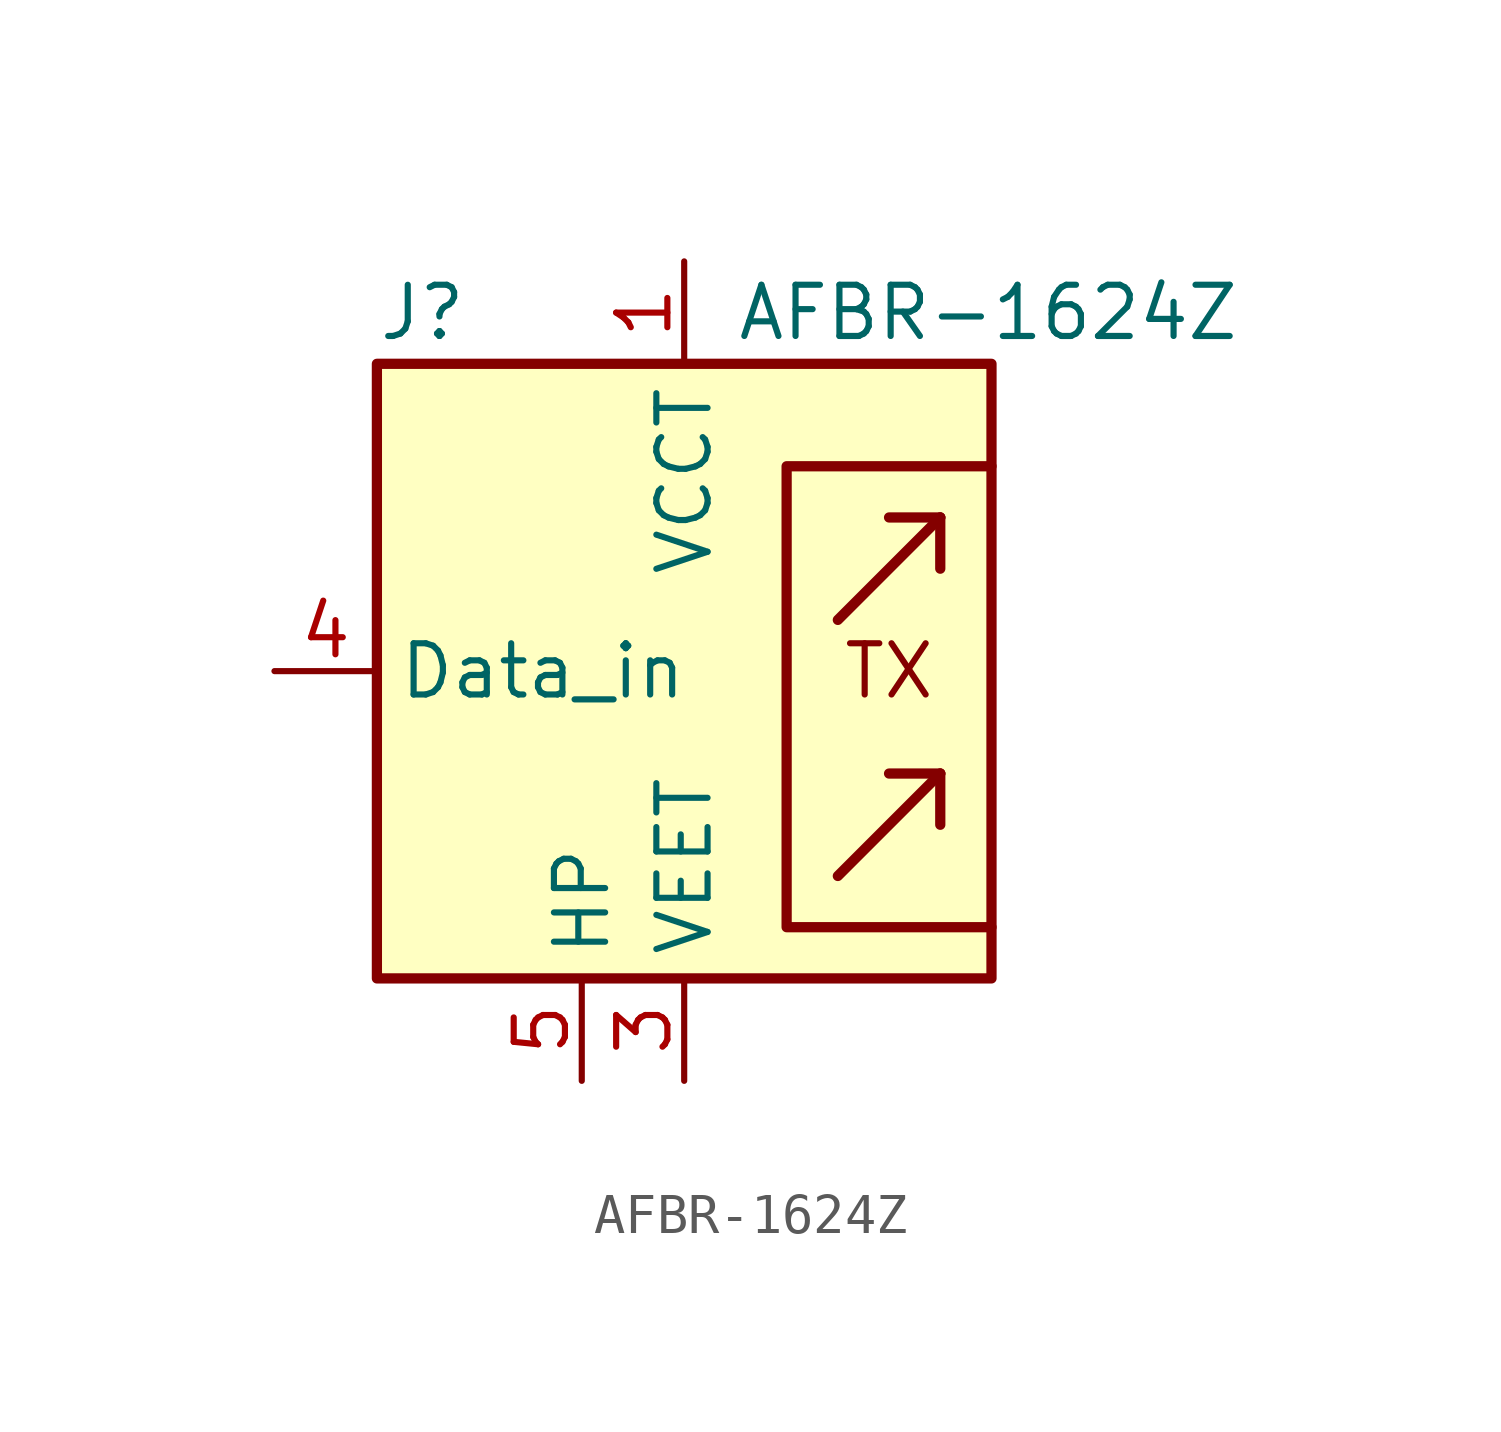
<source format=kicad_sym>
(kicad_symbol_lib
  (version 20231120)
  (generator "kicad_symbol_editor")
  (generator_version "8.0")
  (symbol "AFBR-1624Z"
    (property "Reference" "J"
      (at -7.62 8.89 0)
      (effects (font (size 1.27 1.27)) (justify left)))
    (property "Value" "AFBR-1624Z"
      (at 1.27 8.89 0)
      (effects (font (size 1.27 1.27)) (justify left)))
    (symbol "AFBR-1624Z_0_0"
      (text "TX" (at 5.08 0 0) (effects (font (size 1.27 1.27)))))
    (symbol "AFBR-1624Z_0_1"
      (rectangle (start -7.62 7.62) (end 7.62 -7.62) (stroke (width 0.254) (type default)) (fill (type background)))
      (polyline (pts (xy 6.35 -2.54) (xy 3.81 -5.08)) (stroke (width 0.254) (type default)) (fill (type none)))
      (polyline (pts (xy 6.35 -2.54) (xy 5.08 -2.54)) (stroke (width 0.254) (type default)) (fill (type none)))
      (polyline (pts (xy 6.35 -2.54) (xy 6.35 -3.81)) (stroke (width 0.254) (type default)) (fill (type none)))
      (polyline (pts (xy 6.35 3.81) (xy 3.81 1.27)) (stroke (width 0.254) (type default)) (fill (type none)))
      (polyline (pts (xy 6.35 3.81) (xy 5.08 3.81)) (stroke (width 0.254) (type default)) (fill (type none)))
      (polyline (pts (xy 6.35 3.81) (xy 6.35 2.54)) (stroke (width 0.254) (type default)) (fill (type none)))
      (polyline (pts (xy 7.62 5.08) (xy 2.54 5.08) (xy 2.54 -1.27) (xy 2.54 -6.35) (xy 7.62 -6.35)) (stroke (width 0.254) (type default)) (fill (type none))))
    (symbol "AFBR-1624Z_1_1"
      (pin power_in line (at 0 10.16 270) (length 2.54) (name "VCCT" (effects (font (size 1.27 1.27)))) (number "1" (effects (font (size 1.27 1.27)))))
      (pin no_connect line (at -7.62 5.08 0) (length 2.54) hide (name "NC" (effects (font (size 1.27 1.27)))) (number "2" (effects (font (size 1.27 1.27)))))
      (pin power_in line (at 0 -10.16 90) (length 2.54) (name "VEET" (effects (font (size 1.27 1.27)))) (number "3" (effects (font (size 1.27 1.27)))))
      (pin input line (at -10.16 0 0) (length 2.54) (name "Data_in" (effects (font (size 1.27 1.27)))) (number "4" (effects (font (size 1.27 1.27)))))
      (pin passive line (at -2.54 -10.16 90) (length 2.54) (name "HP" (effects (font (size 1.27 1.27)))) (number "5" (effects (font (size 1.27 1.27)))))
      (pin passive line (at -2.54 -10.16 90) (length 2.54) hide (name "HP" (effects (font (size 1.27 1.27)))) (number "8" (effects (font (size 1.27 1.27))))))))
</source>
